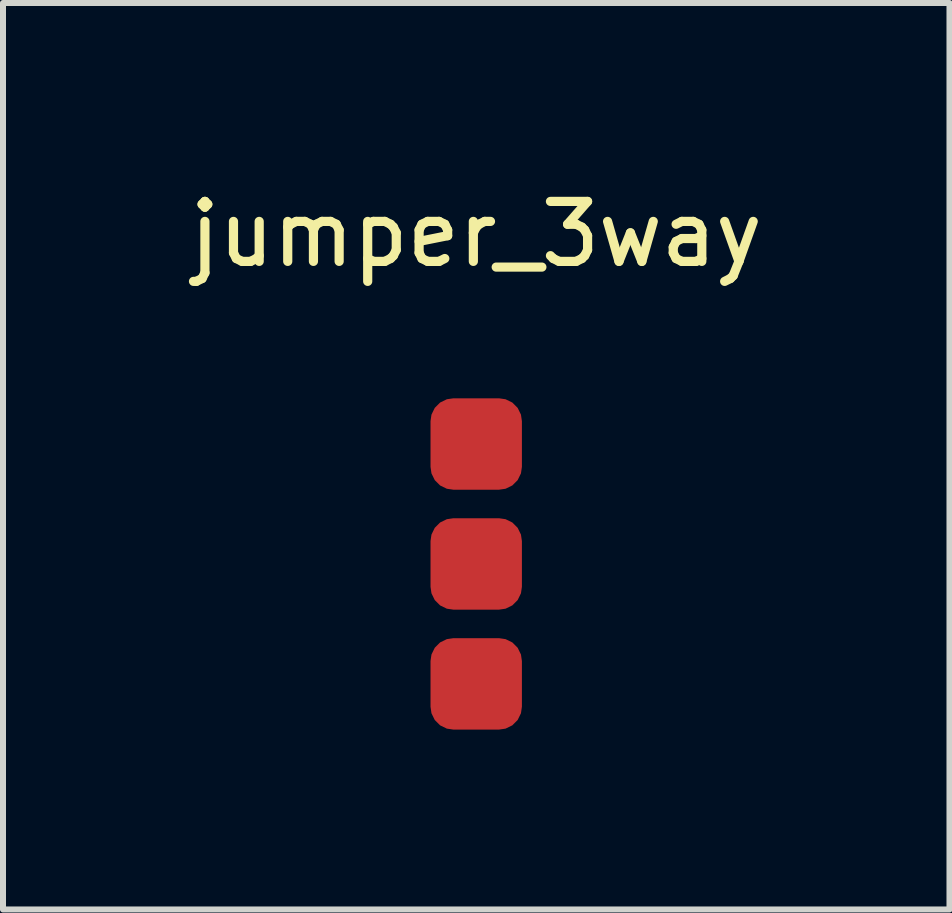
<source format=kicad_pcb>
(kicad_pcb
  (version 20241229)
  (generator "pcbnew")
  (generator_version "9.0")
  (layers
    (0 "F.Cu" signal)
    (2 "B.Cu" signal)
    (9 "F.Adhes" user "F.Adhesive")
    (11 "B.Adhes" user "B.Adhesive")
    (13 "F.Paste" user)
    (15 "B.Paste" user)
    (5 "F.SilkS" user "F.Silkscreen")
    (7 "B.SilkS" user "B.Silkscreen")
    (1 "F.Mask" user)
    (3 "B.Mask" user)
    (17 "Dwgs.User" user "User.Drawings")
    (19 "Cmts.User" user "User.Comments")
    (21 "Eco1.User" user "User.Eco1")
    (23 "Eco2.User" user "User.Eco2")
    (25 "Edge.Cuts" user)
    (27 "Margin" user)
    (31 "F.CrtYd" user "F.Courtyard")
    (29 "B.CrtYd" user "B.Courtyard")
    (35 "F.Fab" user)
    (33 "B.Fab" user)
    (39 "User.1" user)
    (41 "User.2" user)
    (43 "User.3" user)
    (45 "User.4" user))
  (footprint "jumper_3way"
    (layer "F.Cu")
    (at 4.891 6.354)
    (property "Reference" "jumper_3way" (at 0 -5.5 0) (layer "F.SilkS") (effects (font (size 1 1) (thickness 0.153))))
    (attr through_hole)
    (pad "1" smd roundrect (at 0 -2) (size 1.524 1.524) (layers "F.Cu" "F.Mask" "F.Paste") (roundrect_rratio 0.25))
    (pad "2" smd roundrect (at 0 0) (size 1.524 1.524) (layers "F.Cu" "F.Mask" "F.Paste") (roundrect_rratio 0.25))
    (pad "3" smd roundrect (at 0 2) (size 1.524 1.524) (layers "F.Cu" "F.Mask" "F.Paste") (roundrect_rratio 0.25)))
  (gr_rect
    (start -3 -3)
    (end 12.783 12.116)
    (stroke (width 0.1) (type default))
    (fill no)
    (layer "Edge.Cuts")))
</source>
